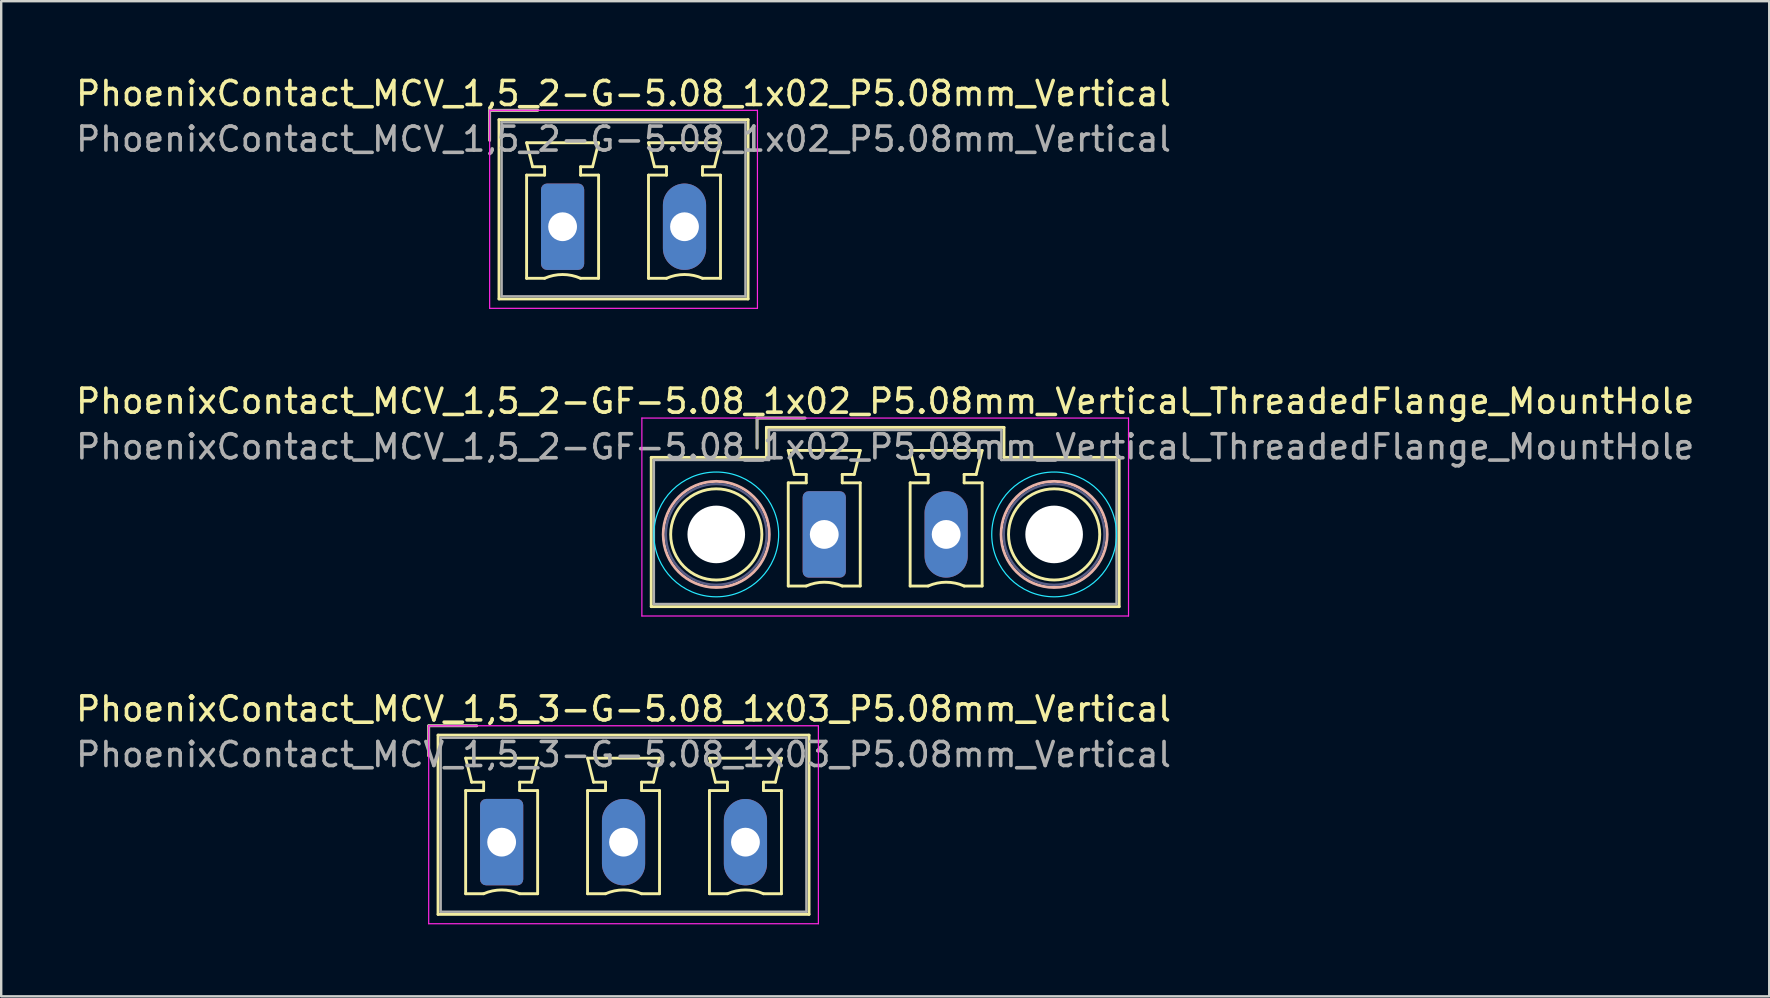
<source format=kicad_pcb>
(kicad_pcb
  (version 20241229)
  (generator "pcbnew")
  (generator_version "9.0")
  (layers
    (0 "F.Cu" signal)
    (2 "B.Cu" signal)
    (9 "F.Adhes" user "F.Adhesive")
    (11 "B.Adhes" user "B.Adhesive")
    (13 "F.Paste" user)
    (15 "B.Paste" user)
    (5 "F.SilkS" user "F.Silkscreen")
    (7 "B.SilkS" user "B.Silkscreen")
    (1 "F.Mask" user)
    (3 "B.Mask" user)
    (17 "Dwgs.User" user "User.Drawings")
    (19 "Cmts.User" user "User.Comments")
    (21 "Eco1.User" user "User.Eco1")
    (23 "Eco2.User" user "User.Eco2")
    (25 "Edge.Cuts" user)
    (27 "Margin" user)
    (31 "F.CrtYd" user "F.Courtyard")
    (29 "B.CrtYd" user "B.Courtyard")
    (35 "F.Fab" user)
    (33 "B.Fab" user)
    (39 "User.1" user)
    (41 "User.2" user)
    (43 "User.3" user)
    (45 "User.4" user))
  (footprint "PhoenixContact_MCV_1,5_3-G-5.08_1x03_P5.08mm_Vertical"
    (layer "F.Cu")
    (at 17.855 32.045)
    (property "Reference" "PhoenixContact_MCV_1,5_3-G-5.08_1x03_P5.08mm_Vertical" (at 5.08 -5.55 0) (layer "F.SilkS") (effects (font (size 1 1) (thickness 0.15))))
    (attr through_hole)
    (fp_line (start -3.04 -4.85) (end -1.04 -4.85) (stroke (width 0.12) (type solid)) (layer "F.SilkS"))
    (fp_line (start -3.04 -3.6) (end -3.04 -4.85) (stroke (width 0.12) (type solid)) (layer "F.SilkS"))
    (fp_line (start -2.65 -4.46) (end -2.65 3.01) (stroke (width 0.12) (type solid)) (layer "F.SilkS"))
    (fp_line (start -2.65 3.01) (end 12.81 3.01) (stroke (width 0.12) (type solid)) (layer "F.SilkS"))
    (fp_line (start -1.5 -3.5) (end 1.5 -3.5) (stroke (width 0.12) (type solid)) (layer "F.SilkS"))
    (fp_line (start -1.5 -2.15) (end -0.75 -2.15) (stroke (width 0.12) (type solid)) (layer "F.SilkS"))
    (fp_line (start -1.5 2.15) (end -1.5 -2.15) (stroke (width 0.12) (type solid)) (layer "F.SilkS"))
    (fp_line (start -1.25 -2.5) (end -1.5 -3.5) (stroke (width 0.12) (type solid)) (layer "F.SilkS"))
    (fp_line (start -0.75 -2.5) (end -1.25 -2.5) (stroke (width 0.12) (type solid)) (layer "F.SilkS"))
    (fp_line (start -0.75 -2.15) (end -0.75 -2.5) (stroke (width 0.12) (type solid)) (layer "F.SilkS"))
    (fp_line (start -0.75 2.15) (end -1.5 2.15) (stroke (width 0.12) (type solid)) (layer "F.SilkS"))
    (fp_line (start 0.75 -2.5) (end 0.75 -2.15) (stroke (width 0.12) (type solid)) (layer "F.SilkS"))
    (fp_line (start 0.75 -2.15) (end 1.5 -2.15) (stroke (width 0.12) (type solid)) (layer "F.SilkS"))
    (fp_line (start 1.25 -2.5) (end 0.75 -2.5) (stroke (width 0.12) (type solid)) (layer "F.SilkS"))
    (fp_line (start 1.5 -3.5) (end 1.25 -2.5) (stroke (width 0.12) (type solid)) (layer "F.SilkS"))
    (fp_line (start 1.5 -2.15) (end 1.5 2.15) (stroke (width 0.12) (type solid)) (layer "F.SilkS"))
    (fp_line (start 1.5 2.15) (end 0.75 2.15) (stroke (width 0.12) (type solid)) (layer "F.SilkS"))
    (fp_line (start 3.58 -3.5) (end 6.58 -3.5) (stroke (width 0.12) (type solid)) (layer "F.SilkS"))
    (fp_line (start 3.58 -2.15) (end 4.33 -2.15) (stroke (width 0.12) (type solid)) (layer "F.SilkS"))
    (fp_line (start 3.58 2.15) (end 3.58 -2.15) (stroke (width 0.12) (type solid)) (layer "F.SilkS"))
    (fp_line (start 3.83 -2.5) (end 3.58 -3.5) (stroke (width 0.12) (type solid)) (layer "F.SilkS"))
    (fp_line (start 4.33 -2.5) (end 3.83 -2.5) (stroke (width 0.12) (type solid)) (layer "F.SilkS"))
    (fp_line (start 4.33 -2.15) (end 4.33 -2.5) (stroke (width 0.12) (type solid)) (layer "F.SilkS"))
    (fp_line (start 4.33 2.15) (end 3.58 2.15) (stroke (width 0.12) (type solid)) (layer "F.SilkS"))
    (fp_line (start 5.83 -2.5) (end 5.83 -2.15) (stroke (width 0.12) (type solid)) (layer "F.SilkS"))
    (fp_line (start 5.83 -2.15) (end 6.58 -2.15) (stroke (width 0.12) (type solid)) (layer "F.SilkS"))
    (fp_line (start 6.33 -2.5) (end 5.83 -2.5) (stroke (width 0.12) (type solid)) (layer "F.SilkS"))
    (fp_line (start 6.58 -3.5) (end 6.33 -2.5) (stroke (width 0.12) (type solid)) (layer "F.SilkS"))
    (fp_line (start 6.58 -2.15) (end 6.58 2.15) (stroke (width 0.12) (type solid)) (layer "F.SilkS"))
    (fp_line (start 6.58 2.15) (end 5.83 2.15) (stroke (width 0.12) (type solid)) (layer "F.SilkS"))
    (fp_line (start 8.66 -3.5) (end 11.66 -3.5) (stroke (width 0.12) (type solid)) (layer "F.SilkS"))
    (fp_line (start 8.66 -2.15) (end 9.41 -2.15) (stroke (width 0.12) (type solid)) (layer "F.SilkS"))
    (fp_line (start 8.66 2.15) (end 8.66 -2.15) (stroke (width 0.12) (type solid)) (layer "F.SilkS"))
    (fp_line (start 8.91 -2.5) (end 8.66 -3.5) (stroke (width 0.12) (type solid)) (layer "F.SilkS"))
    (fp_line (start 9.41 -2.5) (end 8.91 -2.5) (stroke (width 0.12) (type solid)) (layer "F.SilkS"))
    (fp_line (start 9.41 -2.15) (end 9.41 -2.5) (stroke (width 0.12) (type solid)) (layer "F.SilkS"))
    (fp_line (start 9.41 2.15) (end 8.66 2.15) (stroke (width 0.12) (type solid)) (layer "F.SilkS"))
    (fp_line (start 10.91 -2.5) (end 10.91 -2.15) (stroke (width 0.12) (type solid)) (layer "F.SilkS"))
    (fp_line (start 10.91 -2.15) (end 11.66 -2.15) (stroke (width 0.12) (type solid)) (layer "F.SilkS"))
    (fp_line (start 11.41 -2.5) (end 10.91 -2.5) (stroke (width 0.12) (type solid)) (layer "F.SilkS"))
    (fp_line (start 11.66 -3.5) (end 11.41 -2.5) (stroke (width 0.12) (type solid)) (layer "F.SilkS"))
    (fp_line (start 11.66 -2.15) (end 11.66 2.15) (stroke (width 0.12) (type solid)) (layer "F.SilkS"))
    (fp_line (start 11.66 2.15) (end 10.91 2.15) (stroke (width 0.12) (type solid)) (layer "F.SilkS"))
    (fp_line (start 12.81 -4.46) (end -2.65 -4.46) (stroke (width 0.12) (type solid)) (layer "F.SilkS"))
    (fp_line (start 12.81 3.01) (end 12.81 -4.46) (stroke (width 0.12) (type solid)) (layer "F.SilkS"))
    (fp_arc (start -0.75 2.15) (mid -0.000193 1.99191) (end 0.749647 2.149844) (stroke (width 0.12) (type solid)) (layer "F.SilkS"))
    (fp_arc (start 4.33 2.15) (mid 5.079807 1.99191) (end 5.829647 2.149844) (stroke (width 0.12) (type solid)) (layer "F.SilkS"))
    (fp_arc (start 9.41 2.15) (mid 10.159807 1.99191) (end 10.909647 2.149844) (stroke (width 0.12) (type solid)) (layer "F.SilkS"))
    (fp_line (start -3.04 -4.85) (end -3.04 3.4) (stroke (width 0.05) (type solid)) (layer "F.CrtYd"))
    (fp_line (start -3.04 3.4) (end 13.2 3.4) (stroke (width 0.05) (type solid)) (layer "F.CrtYd"))
    (fp_line (start 13.2 -4.85) (end -3.04 -4.85) (stroke (width 0.05) (type solid)) (layer "F.CrtYd"))
    (fp_line (start 13.2 3.4) (end 13.2 -4.85) (stroke (width 0.05) (type solid)) (layer "F.CrtYd"))
    (fp_line (start -3.04 -4.85) (end -1.04 -4.85) (stroke (width 0.1) (type solid)) (layer "F.Fab"))
    (fp_line (start -3.04 -3.6) (end -3.04 -4.85) (stroke (width 0.1) (type solid)) (layer "F.Fab"))
    (fp_line (start -2.54 -4.35) (end -2.54 2.9) (stroke (width 0.1) (type solid)) (layer "F.Fab"))
    (fp_line (start -2.54 2.9) (end 12.7 2.9) (stroke (width 0.1) (type solid)) (layer "F.Fab"))
    (fp_line (start 12.7 -4.35) (end -2.54 -4.35) (stroke (width 0.1) (type solid)) (layer "F.Fab"))
    (fp_line (start 12.7 2.9) (end 12.7 -4.35) (stroke (width 0.1) (type solid)) (layer "F.Fab"))
    (fp_text user "${REFERENCE}" (at 5.08 -3.65 0) (layer "F.Fab") (effects (font (size 1 1) (thickness 0.15))))
    (pad "1" thru_hole roundrect (at 0 0) (size 1.8 3.6) (drill 1.2) (layers "*.Cu" "*.Mask") (roundrect_rratio 0.139))
    (pad "2" thru_hole oval (at 5.08 0) (size 1.8 3.6) (drill 1.2) (layers "*.Cu" "*.Mask"))
    (pad "3" thru_hole oval (at 10.16 0) (size 1.8 3.6) (drill 1.2) (layers "*.Cu" "*.Mask")))
  (footprint "PhoenixContact_MCV_1,5_2-G-5.08_1x02_P5.08mm_Vertical"
    (layer "F.Cu")
    (at 20.395 6.398)
    (property "Reference" "PhoenixContact_MCV_1,5_2-G-5.08_1x02_P5.08mm_Vertical" (at 2.54 -5.55 0) (layer "F.SilkS") (effects (font (size 1 1) (thickness 0.15))))
    (attr through_hole)
    (fp_line (start -3.04 -4.85) (end -1.04 -4.85) (stroke (width 0.12) (type solid)) (layer "F.SilkS"))
    (fp_line (start -3.04 -3.6) (end -3.04 -4.85) (stroke (width 0.12) (type solid)) (layer "F.SilkS"))
    (fp_line (start -2.65 -4.46) (end -2.65 3.01) (stroke (width 0.12) (type solid)) (layer "F.SilkS"))
    (fp_line (start -2.65 3.01) (end 7.73 3.01) (stroke (width 0.12) (type solid)) (layer "F.SilkS"))
    (fp_line (start -1.5 -3.5) (end 1.5 -3.5) (stroke (width 0.12) (type solid)) (layer "F.SilkS"))
    (fp_line (start -1.5 -2.15) (end -0.75 -2.15) (stroke (width 0.12) (type solid)) (layer "F.SilkS"))
    (fp_line (start -1.5 2.15) (end -1.5 -2.15) (stroke (width 0.12) (type solid)) (layer "F.SilkS"))
    (fp_line (start -1.25 -2.5) (end -1.5 -3.5) (stroke (width 0.12) (type solid)) (layer "F.SilkS"))
    (fp_line (start -0.75 -2.5) (end -1.25 -2.5) (stroke (width 0.12) (type solid)) (layer "F.SilkS"))
    (fp_line (start -0.75 -2.15) (end -0.75 -2.5) (stroke (width 0.12) (type solid)) (layer "F.SilkS"))
    (fp_line (start -0.75 2.15) (end -1.5 2.15) (stroke (width 0.12) (type solid)) (layer "F.SilkS"))
    (fp_line (start 0.75 -2.5) (end 0.75 -2.15) (stroke (width 0.12) (type solid)) (layer "F.SilkS"))
    (fp_line (start 0.75 -2.15) (end 1.5 -2.15) (stroke (width 0.12) (type solid)) (layer "F.SilkS"))
    (fp_line (start 1.25 -2.5) (end 0.75 -2.5) (stroke (width 0.12) (type solid)) (layer "F.SilkS"))
    (fp_line (start 1.5 -3.5) (end 1.25 -2.5) (stroke (width 0.12) (type solid)) (layer "F.SilkS"))
    (fp_line (start 1.5 -2.15) (end 1.5 2.15) (stroke (width 0.12) (type solid)) (layer "F.SilkS"))
    (fp_line (start 1.5 2.15) (end 0.75 2.15) (stroke (width 0.12) (type solid)) (layer "F.SilkS"))
    (fp_line (start 3.58 -3.5) (end 6.58 -3.5) (stroke (width 0.12) (type solid)) (layer "F.SilkS"))
    (fp_line (start 3.58 -2.15) (end 4.33 -2.15) (stroke (width 0.12) (type solid)) (layer "F.SilkS"))
    (fp_line (start 3.58 2.15) (end 3.58 -2.15) (stroke (width 0.12) (type solid)) (layer "F.SilkS"))
    (fp_line (start 3.83 -2.5) (end 3.58 -3.5) (stroke (width 0.12) (type solid)) (layer "F.SilkS"))
    (fp_line (start 4.33 -2.5) (end 3.83 -2.5) (stroke (width 0.12) (type solid)) (layer "F.SilkS"))
    (fp_line (start 4.33 -2.15) (end 4.33 -2.5) (stroke (width 0.12) (type solid)) (layer "F.SilkS"))
    (fp_line (start 4.33 2.15) (end 3.58 2.15) (stroke (width 0.12) (type solid)) (layer "F.SilkS"))
    (fp_line (start 5.83 -2.5) (end 5.83 -2.15) (stroke (width 0.12) (type solid)) (layer "F.SilkS"))
    (fp_line (start 5.83 -2.15) (end 6.58 -2.15) (stroke (width 0.12) (type solid)) (layer "F.SilkS"))
    (fp_line (start 6.33 -2.5) (end 5.83 -2.5) (stroke (width 0.12) (type solid)) (layer "F.SilkS"))
    (fp_line (start 6.58 -3.5) (end 6.33 -2.5) (stroke (width 0.12) (type solid)) (layer "F.SilkS"))
    (fp_line (start 6.58 -2.15) (end 6.58 2.15) (stroke (width 0.12) (type solid)) (layer "F.SilkS"))
    (fp_line (start 6.58 2.15) (end 5.83 2.15) (stroke (width 0.12) (type solid)) (layer "F.SilkS"))
    (fp_line (start 7.73 -4.46) (end -2.65 -4.46) (stroke (width 0.12) (type solid)) (layer "F.SilkS"))
    (fp_line (start 7.73 3.01) (end 7.73 -4.46) (stroke (width 0.12) (type solid)) (layer "F.SilkS"))
    (fp_arc (start -0.75 2.15) (mid -0.000193 1.99191) (end 0.749647 2.149844) (stroke (width 0.12) (type solid)) (layer "F.SilkS"))
    (fp_arc (start 4.33 2.15) (mid 5.079807 1.99191) (end 5.829647 2.149844) (stroke (width 0.12) (type solid)) (layer "F.SilkS"))
    (fp_line (start -3.04 -4.85) (end -3.04 3.4) (stroke (width 0.05) (type solid)) (layer "F.CrtYd"))
    (fp_line (start -3.04 3.4) (end 8.12 3.4) (stroke (width 0.05) (type solid)) (layer "F.CrtYd"))
    (fp_line (start 8.12 -4.85) (end -3.04 -4.85) (stroke (width 0.05) (type solid)) (layer "F.CrtYd"))
    (fp_line (start 8.12 3.4) (end 8.12 -4.85) (stroke (width 0.05) (type solid)) (layer "F.CrtYd"))
    (fp_line (start -3.04 -4.85) (end -1.04 -4.85) (stroke (width 0.1) (type solid)) (layer "F.Fab"))
    (fp_line (start -3.04 -3.6) (end -3.04 -4.85) (stroke (width 0.1) (type solid)) (layer "F.Fab"))
    (fp_line (start -2.54 -4.35) (end -2.54 2.9) (stroke (width 0.1) (type solid)) (layer "F.Fab"))
    (fp_line (start -2.54 2.9) (end 7.62 2.9) (stroke (width 0.1) (type solid)) (layer "F.Fab"))
    (fp_line (start 7.62 -4.35) (end -2.54 -4.35) (stroke (width 0.1) (type solid)) (layer "F.Fab"))
    (fp_line (start 7.62 2.9) (end 7.62 -4.35) (stroke (width 0.1) (type solid)) (layer "F.Fab"))
    (fp_text user "${REFERENCE}" (at 2.54 -3.65 0) (layer "F.Fab") (effects (font (size 1 1) (thickness 0.15))))
    (pad "1" thru_hole roundrect (at 0 0) (size 1.8 3.6) (drill 1.2) (layers "*.Cu" "*.Mask") (roundrect_rratio 0.139))
    (pad "2" thru_hole oval (at 5.08 0) (size 1.8 3.6) (drill 1.2) (layers "*.Cu" "*.Mask")))
  (footprint "PhoenixContact_MCV_1,5_2-GF-5.08_1x02_P5.08mm_Vertical_ThreadedFlange_MountHole"
    (layer "F.Cu")
    (at 31.299 19.221)
    (property "Reference" "PhoenixContact_MCV_1,5_2-GF-5.08_1x02_P5.08mm_Vertical_ThreadedFlange_MountHole" (at 2.54 -5.55 0) (layer "F.SilkS") (effects (font (size 1 1) (thickness 0.15))))
    (attr through_hole)
    (fp_line (start -7.21 -3.21) (end -7.21 3.01) (stroke (width 0.12) (type solid)) (layer "F.SilkS"))
    (fp_line (start -7.21 3.01) (end 12.29 3.01) (stroke (width 0.12) (type solid)) (layer "F.SilkS"))
    (fp_line (start -2.8 -4.85) (end -0.8 -4.85) (stroke (width 0.12) (type solid)) (layer "F.SilkS"))
    (fp_line (start -2.8 -3.6) (end -2.8 -4.85) (stroke (width 0.12) (type solid)) (layer "F.SilkS"))
    (fp_line (start -2.41 -4.46) (end -2.41 -3.21) (stroke (width 0.12) (type solid)) (layer "F.SilkS"))
    (fp_line (start -2.41 -3.21) (end -7.21 -3.21) (stroke (width 0.12) (type solid)) (layer "F.SilkS"))
    (fp_line (start -1.5 -3.5) (end 1.5 -3.5) (stroke (width 0.12) (type solid)) (layer "F.SilkS"))
    (fp_line (start -1.5 -2.15) (end -0.75 -2.15) (stroke (width 0.12) (type solid)) (layer "F.SilkS"))
    (fp_line (start -1.5 2.15) (end -1.5 -2.15) (stroke (width 0.12) (type solid)) (layer "F.SilkS"))
    (fp_line (start -1.25 -2.5) (end -1.5 -3.5) (stroke (width 0.12) (type solid)) (layer "F.SilkS"))
    (fp_line (start -0.75 -2.5) (end -1.25 -2.5) (stroke (width 0.12) (type solid)) (layer "F.SilkS"))
    (fp_line (start -0.75 -2.15) (end -0.75 -2.5) (stroke (width 0.12) (type solid)) (layer "F.SilkS"))
    (fp_line (start -0.75 2.15) (end -1.5 2.15) (stroke (width 0.12) (type solid)) (layer "F.SilkS"))
    (fp_line (start 0.75 -2.5) (end 0.75 -2.15) (stroke (width 0.12) (type solid)) (layer "F.SilkS"))
    (fp_line (start 0.75 -2.15) (end 1.5 -2.15) (stroke (width 0.12) (type solid)) (layer "F.SilkS"))
    (fp_line (start 1.25 -2.5) (end 0.75 -2.5) (stroke (width 0.12) (type solid)) (layer "F.SilkS"))
    (fp_line (start 1.5 -3.5) (end 1.25 -2.5) (stroke (width 0.12) (type solid)) (layer "F.SilkS"))
    (fp_line (start 1.5 -2.15) (end 1.5 2.15) (stroke (width 0.12) (type solid)) (layer "F.SilkS"))
    (fp_line (start 1.5 2.15) (end 0.75 2.15) (stroke (width 0.12) (type solid)) (layer "F.SilkS"))
    (fp_line (start 3.58 -3.5) (end 6.58 -3.5) (stroke (width 0.12) (type solid)) (layer "F.SilkS"))
    (fp_line (start 3.58 -2.15) (end 4.33 -2.15) (stroke (width 0.12) (type solid)) (layer "F.SilkS"))
    (fp_line (start 3.58 2.15) (end 3.58 -2.15) (stroke (width 0.12) (type solid)) (layer "F.SilkS"))
    (fp_line (start 3.83 -2.5) (end 3.58 -3.5) (stroke (width 0.12) (type solid)) (layer "F.SilkS"))
    (fp_line (start 4.33 -2.5) (end 3.83 -2.5) (stroke (width 0.12) (type solid)) (layer "F.SilkS"))
    (fp_line (start 4.33 -2.15) (end 4.33 -2.5) (stroke (width 0.12) (type solid)) (layer "F.SilkS"))
    (fp_line (start 4.33 2.15) (end 3.58 2.15) (stroke (width 0.12) (type solid)) (layer "F.SilkS"))
    (fp_line (start 5.83 -2.5) (end 5.83 -2.15) (stroke (width 0.12) (type solid)) (layer "F.SilkS"))
    (fp_line (start 5.83 -2.15) (end 6.58 -2.15) (stroke (width 0.12) (type solid)) (layer "F.SilkS"))
    (fp_line (start 6.33 -2.5) (end 5.83 -2.5) (stroke (width 0.12) (type solid)) (layer "F.SilkS"))
    (fp_line (start 6.58 -3.5) (end 6.33 -2.5) (stroke (width 0.12) (type solid)) (layer "F.SilkS"))
    (fp_line (start 6.58 -2.15) (end 6.58 2.15) (stroke (width 0.12) (type solid)) (layer "F.SilkS"))
    (fp_line (start 6.58 2.15) (end 5.83 2.15) (stroke (width 0.12) (type solid)) (layer "F.SilkS"))
    (fp_line (start 7.49 -4.46) (end -2.41 -4.46) (stroke (width 0.12) (type solid)) (layer "F.SilkS"))
    (fp_line (start 7.49 -3.21) (end 7.49 -4.46) (stroke (width 0.12) (type solid)) (layer "F.SilkS"))
    (fp_line (start 12.29 -3.21) (end 7.49 -3.21) (stroke (width 0.12) (type solid)) (layer "F.SilkS"))
    (fp_line (start 12.29 3.01) (end 12.29 -3.21) (stroke (width 0.12) (type solid)) (layer "F.SilkS"))
    (fp_arc (start -0.75 2.15) (mid -0.000193 1.99191) (end 0.749647 2.149844) (stroke (width 0.12) (type solid)) (layer "F.SilkS"))
    (fp_arc (start 4.33 2.15) (mid 5.079807 1.99191) (end 5.829647 2.149844) (stroke (width 0.12) (type solid)) (layer "F.SilkS"))
    (fp_circle (center -4.5 0) (end -2.6 0) (stroke (width 0.12) (type solid)) (fill no) (layer "F.SilkS"))
    (fp_circle (center 9.58 0) (end 11.48 0) (stroke (width 0.12) (type solid)) (fill no) (layer "F.SilkS"))
    (fp_circle (center -4.5 0) (end -2.29 0) (stroke (width 0.12) (type solid)) (fill no) (layer "B.SilkS"))
    (fp_circle (center 9.58 0) (end 11.79 0) (stroke (width 0.12) (type solid)) (fill no) (layer "B.SilkS"))
    (fp_circle (center -4.5 0) (end -1.9 0) (stroke (width 0.05) (type solid)) (fill no) (layer "B.CrtYd"))
    (fp_circle (center 9.58 0) (end 12.18 0) (stroke (width 0.05) (type solid)) (fill no) (layer "B.CrtYd"))
    (fp_line (start -7.6 -4.85) (end -7.6 3.4) (stroke (width 0.05) (type solid)) (layer "F.CrtYd"))
    (fp_line (start -7.6 3.4) (end 12.68 3.4) (stroke (width 0.05) (type solid)) (layer "F.CrtYd"))
    (fp_line (start 12.68 -4.85) (end -7.6 -4.85) (stroke (width 0.05) (type solid)) (layer "F.CrtYd"))
    (fp_line (start 12.68 3.4) (end 12.68 -4.85) (stroke (width 0.05) (type solid)) (layer "F.CrtYd"))
    (fp_circle (center -4.5 0) (end -2.4 0) (stroke (width 0.1) (type solid)) (fill no) (layer "B.Fab"))
    (fp_circle (center 9.58 0) (end 11.68 0) (stroke (width 0.1) (type solid)) (fill no) (layer "B.Fab"))
    (fp_line (start -7.1 -3.1) (end -7.1 2.9) (stroke (width 0.1) (type solid)) (layer "F.Fab"))
    (fp_line (start -7.1 2.9) (end 12.18 2.9) (stroke (width 0.1) (type solid)) (layer "F.Fab"))
    (fp_line (start -2.8 -4.85) (end -0.8 -4.85) (stroke (width 0.1) (type solid)) (layer "F.Fab"))
    (fp_line (start -2.8 -3.6) (end -2.8 -4.85) (stroke (width 0.1) (type solid)) (layer "F.Fab"))
    (fp_line (start -2.3 -4.35) (end -2.3 -3.1) (stroke (width 0.1) (type solid)) (layer "F.Fab"))
    (fp_line (start -2.3 -3.1) (end -7.1 -3.1) (stroke (width 0.1) (type solid)) (layer "F.Fab"))
    (fp_line (start 7.38 -4.35) (end -2.3 -4.35) (stroke (width 0.1) (type solid)) (layer "F.Fab"))
    (fp_line (start 7.38 -3.1) (end 7.38 -4.35) (stroke (width 0.1) (type solid)) (layer "F.Fab"))
    (fp_line (start 12.18 -3.1) (end 7.38 -3.1) (stroke (width 0.1) (type solid)) (layer "F.Fab"))
    (fp_line (start 12.18 2.9) (end 12.18 -3.1) (stroke (width 0.1) (type solid)) (layer "F.Fab"))
    (fp_text user "${REFERENCE}" (at 2.54 -3.65 0) (layer "F.Fab") (effects (font (size 1 1) (thickness 0.15))))
    (pad "" np_thru_hole circle (at -4.5 0) (size 2.4 2.4) (drill 2.4) (layers "*.Cu" "*.Mask"))
    (pad "" np_thru_hole circle (at 9.58 0) (size 2.4 2.4) (drill 2.4) (layers "*.Cu" "*.Mask"))
    (pad "1" thru_hole roundrect (at 0 0) (size 1.8 3.6) (drill 1.2) (layers "*.Cu" "*.Mask") (roundrect_rratio 0.139))
    (pad "2" thru_hole oval (at 5.08 0) (size 1.8 3.6) (drill 1.2) (layers "*.Cu" "*.Mask")))
  (gr_rect
    (start -3 -3)
    (end 70.679 38.47)
    (stroke (width 0.1) (type default))
    (fill no)
    (layer "Edge.Cuts")))
</source>
